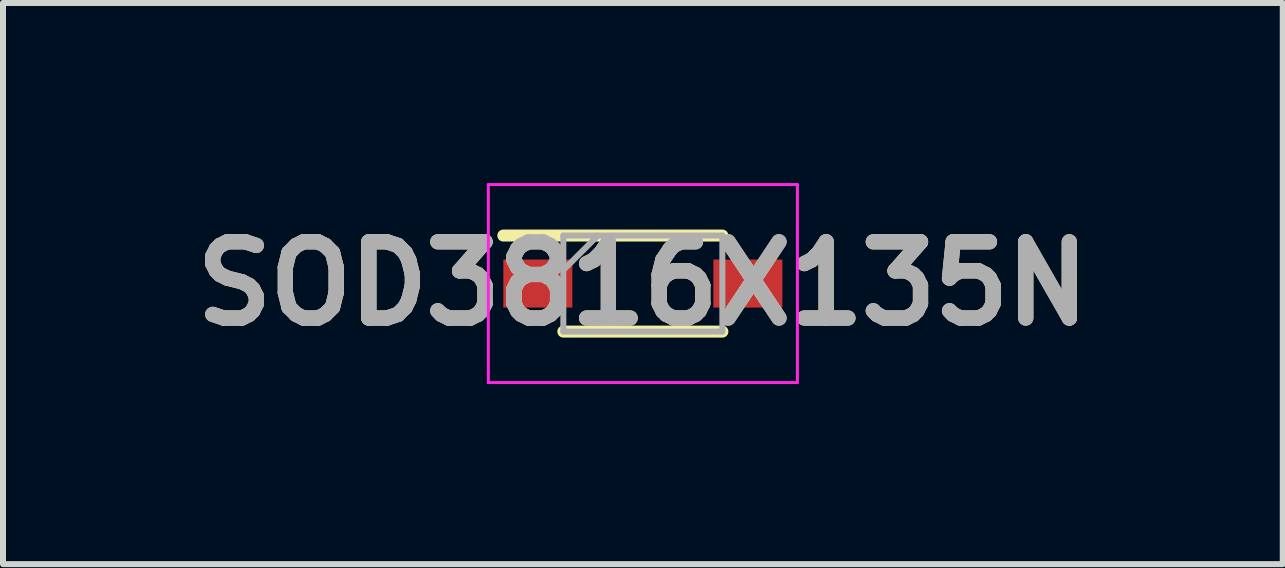
<source format=kicad_pcb>
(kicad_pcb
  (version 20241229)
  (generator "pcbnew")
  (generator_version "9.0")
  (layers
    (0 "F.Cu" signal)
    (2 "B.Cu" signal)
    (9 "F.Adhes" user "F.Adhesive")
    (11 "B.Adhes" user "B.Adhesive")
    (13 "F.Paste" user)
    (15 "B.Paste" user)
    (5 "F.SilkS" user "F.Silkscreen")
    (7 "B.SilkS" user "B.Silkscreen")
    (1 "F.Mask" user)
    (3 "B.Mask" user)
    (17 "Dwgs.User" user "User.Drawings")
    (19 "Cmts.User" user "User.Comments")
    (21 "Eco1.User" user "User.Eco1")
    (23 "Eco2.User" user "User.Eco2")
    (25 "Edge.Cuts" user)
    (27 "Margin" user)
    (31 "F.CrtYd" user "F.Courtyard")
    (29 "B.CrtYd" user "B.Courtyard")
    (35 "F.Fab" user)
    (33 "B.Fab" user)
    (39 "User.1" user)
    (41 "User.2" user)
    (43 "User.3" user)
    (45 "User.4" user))
  (footprint "SOD3816X135N"
    (layer "F.Cu")
    (at 7.662 1.675)
    (property "Reference" "SOD3816X135N" (at 0 0 0) (layer "F.SilkS") (effects (font (size 1.27 1.27) (thickness 0.254))))
    (attr smd)
    (fp_line (start -2.325 -0.8) (end 1.325 -0.8) (stroke (width 0.2) (type solid)) (layer "F.SilkS"))
    (fp_line (start -1.325 0.8) (end 1.325 0.8) (stroke (width 0.2) (type solid)) (layer "F.SilkS"))
    (fp_line (start -2.575 -1.65) (end 2.575 -1.65) (stroke (width 0.05) (type solid)) (layer "F.CrtYd"))
    (fp_line (start -2.575 1.65) (end -2.575 -1.65) (stroke (width 0.05) (type solid)) (layer "F.CrtYd"))
    (fp_line (start 2.575 -1.65) (end 2.575 1.65) (stroke (width 0.05) (type solid)) (layer "F.CrtYd"))
    (fp_line (start 2.575 1.65) (end -2.575 1.65) (stroke (width 0.05) (type solid)) (layer "F.CrtYd"))
    (fp_line (start -1.325 -0.8) (end 1.325 -0.8) (stroke (width 0.1) (type solid)) (layer "F.Fab"))
    (fp_line (start -1.325 -0.225) (end -0.75 -0.8) (stroke (width 0.1) (type solid)) (layer "F.Fab"))
    (fp_line (start -1.325 0.8) (end -1.325 -0.8) (stroke (width 0.1) (type solid)) (layer "F.Fab"))
    (fp_line (start 1.325 -0.8) (end 1.325 0.8) (stroke (width 0.1) (type solid)) (layer "F.Fab"))
    (fp_line (start 1.325 0.8) (end -1.325 0.8) (stroke (width 0.1) (type solid)) (layer "F.Fab"))
    (fp_text user "${REFERENCE}" (at 0 0 0) (layer "F.Fab") (effects (font (size 1.27 1.27) (thickness 0.254))))
    (pad "1" smd rect (at -1.75 0 90) (size 0.8 1.15) (layers "F.Cu" "F.Mask" "F.Paste"))
    (pad "2" smd rect (at 1.75 0 90) (size 0.8 1.15) (layers "F.Cu" "F.Mask" "F.Paste")))
  (gr_rect
    (start -3 -3)
    (end 18.325 6.35)
    (stroke (width 0.1) (type default))
    (fill no)
    (layer "Edge.Cuts")))
</source>
